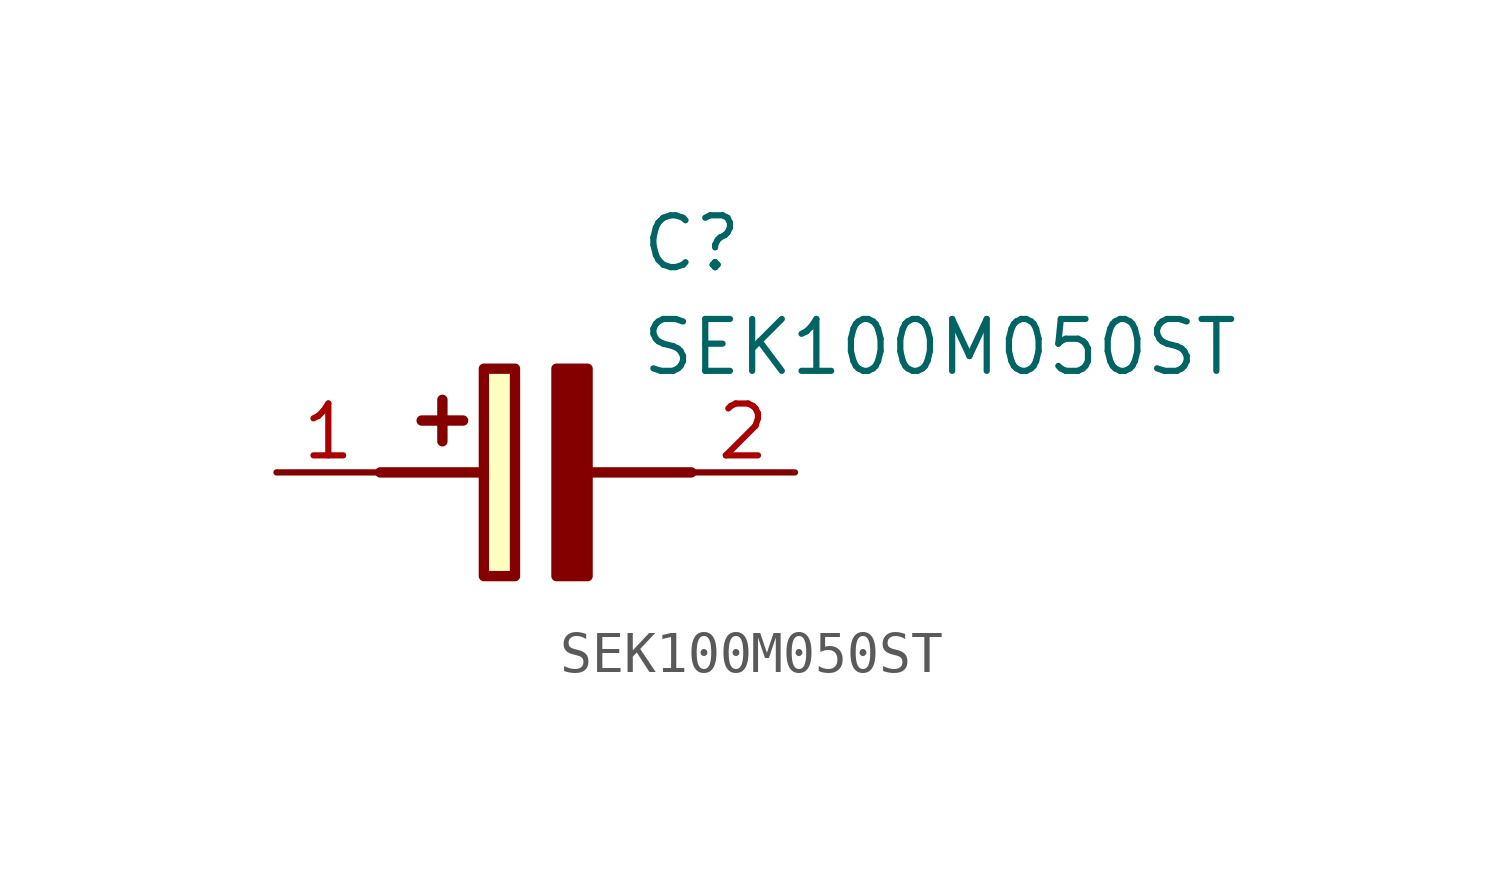
<source format=kicad_sym>
(kicad_symbol_lib
  (version 20211014)
  (generator SamacSys_ECAD_Model)
  (symbol "SEK100M050ST"
    (pin_names hide)
    (property "Reference" "C"
      (at 8.89 6.35 0)
      (effects (font (size 1.27 1.27)) (justify left top)))
    (property "Value" "SEK100M050ST"
      (at 8.89 3.81 0)
      (effects (font (size 1.27 1.27)) (justify left top)))
    (rectangle
      (start 5.08 2.54)
      (end 5.842 -2.54)
      (stroke (width 0.254) (type default))
      (fill (type background)))
    (polyline
      (pts (xy 4.572 1.27) (xy 3.556 1.27))
      (stroke (width 0.254) (type default))
      (fill (type none)))
    (polyline
      (pts (xy 4.064 1.778) (xy 4.064 0.762))
      (stroke (width 0.254) (type default))
      (fill (type none)))
    (polyline
      (pts (xy 2.54 0) (xy 5.08 0))
      (stroke (width 0.254) (type default))
      (fill (type none)))
    (polyline
      (pts (xy 7.62 0) (xy 10.16 0))
      (stroke (width 0.254) (type default))
      (fill (type none)))
    (polyline
      (pts (xy 7.62 2.54) (xy 7.62 -2.54) (xy 6.858 -2.54) (xy 6.858 2.54) (xy 7.62 2.54))
      (stroke (width 0.254) (type default))
      (fill (type outline)))
    (pin passive line
      (at 0 0 0)
      (length 2.54)
      (name "+" (effects (font (size 1.27 1.27))))
      (number "1" (effects (font (size 1.27 1.27)))))
    (pin passive line
      (at 12.7 0 180)
      (length 2.54)
      (name "-" (effects (font (size 1.27 1.27))))
      (number "2" (effects (font (size 1.27 1.27)))))))
</source>
